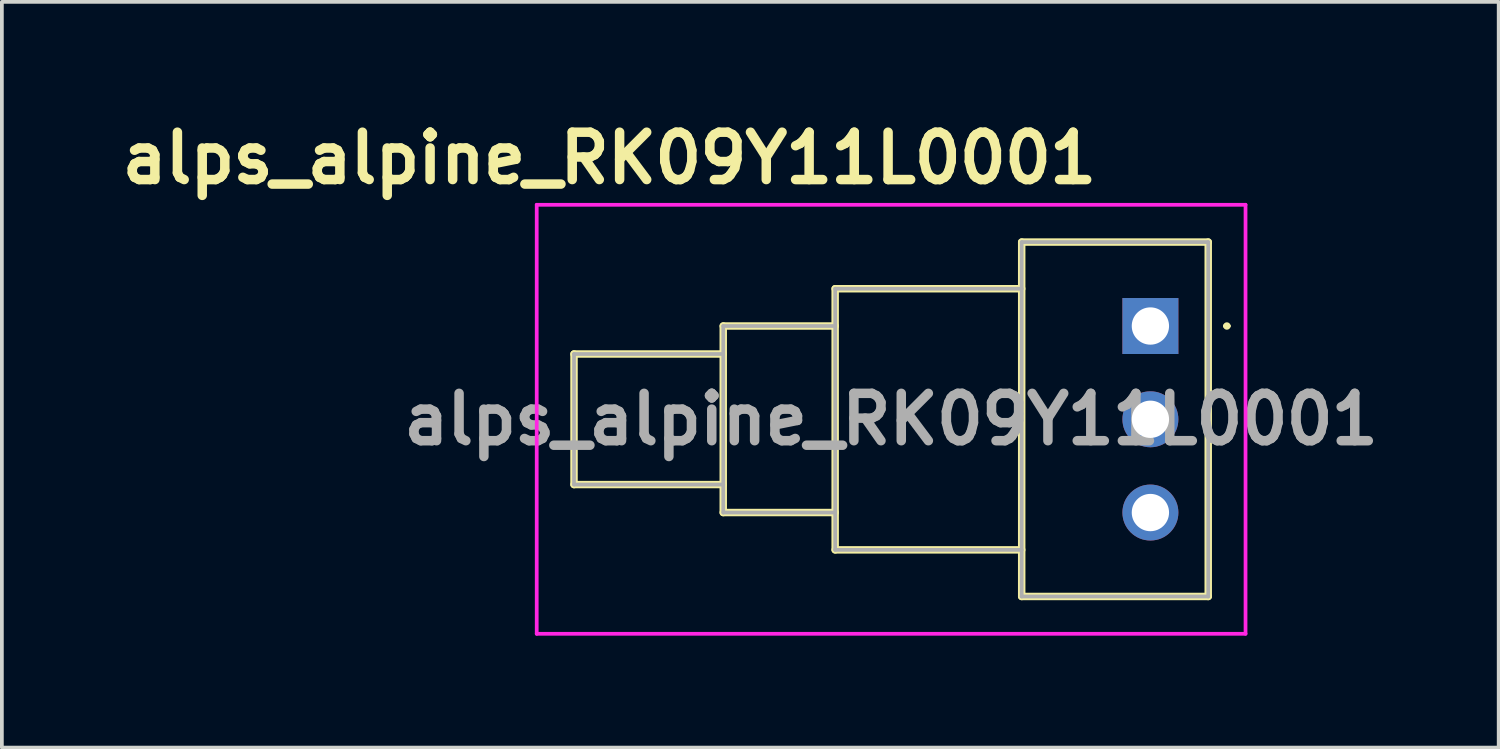
<source format=kicad_pcb>
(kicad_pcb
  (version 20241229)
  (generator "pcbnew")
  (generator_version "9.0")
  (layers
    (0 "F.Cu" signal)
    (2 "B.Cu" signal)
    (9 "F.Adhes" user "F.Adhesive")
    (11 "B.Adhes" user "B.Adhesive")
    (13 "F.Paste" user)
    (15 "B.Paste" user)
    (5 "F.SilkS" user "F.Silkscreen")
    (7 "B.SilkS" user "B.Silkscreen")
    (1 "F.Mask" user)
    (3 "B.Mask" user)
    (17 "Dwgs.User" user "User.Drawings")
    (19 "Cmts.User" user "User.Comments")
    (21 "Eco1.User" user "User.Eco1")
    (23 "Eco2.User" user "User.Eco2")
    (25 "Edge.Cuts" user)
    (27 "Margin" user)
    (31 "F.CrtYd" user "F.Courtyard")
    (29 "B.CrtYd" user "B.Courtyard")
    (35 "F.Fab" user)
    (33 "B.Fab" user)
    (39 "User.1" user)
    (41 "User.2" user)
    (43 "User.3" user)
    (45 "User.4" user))
  (footprint "alps_alpine_RK09Y11L0001"
    (layer "F.Cu")
    (at 27.787 5.689)
    (property "Reference" "alps_alpine_RK09Y11L0001" (at -14.5 -4.5 0) (layer "F.SilkS") (effects (font (size 1.27 1.27) (thickness 0.254))))
    (attr through_hole)
    (fp_line (start -15.45 0.75) (end -15.45 4.25) (stroke (width 0.2) (type solid)) (layer "F.SilkS"))
    (fp_line (start -15.45 4.25) (end -11.45 4.25) (stroke (width 0.2) (type solid)) (layer "F.SilkS"))
    (fp_line (start -11.45 0) (end -11.45 5) (stroke (width 0.2) (type solid)) (layer "F.SilkS"))
    (fp_line (start -11.45 0.75) (end -15.45 0.75) (stroke (width 0.2) (type solid)) (layer "F.SilkS"))
    (fp_line (start -11.45 5) (end -8.45 5) (stroke (width 0.2) (type solid)) (layer "F.SilkS"))
    (fp_line (start -8.45 -1) (end -8.45 6) (stroke (width 0.2) (type solid)) (layer "F.SilkS"))
    (fp_line (start -8.45 0) (end -11.45 0) (stroke (width 0.2) (type solid)) (layer "F.SilkS"))
    (fp_line (start -8.45 6) (end -3.45 6) (stroke (width 0.2) (type solid)) (layer "F.SilkS"))
    (fp_line (start -3.45 -2.25) (end 1.55 -2.25) (stroke (width 0.2) (type solid)) (layer "F.SilkS"))
    (fp_line (start -3.45 -1) (end -8.45 -1) (stroke (width 0.2) (type solid)) (layer "F.SilkS"))
    (fp_line (start -3.45 7.25) (end -3.45 -2.25) (stroke (width 0.2) (type solid)) (layer "F.SilkS"))
    (fp_line (start 1.55 -2.25) (end 1.55 7.25) (stroke (width 0.2) (type solid)) (layer "F.SilkS"))
    (fp_line (start 1.55 7.25) (end -3.45 7.25) (stroke (width 0.2) (type solid)) (layer "F.SilkS"))
    (fp_line (start 2 0) (end 2 0) (stroke (width 0.1) (type solid)) (layer "F.SilkS"))
    (fp_line (start 2.1 0) (end 2.1 0) (stroke (width 0.1) (type solid)) (layer "F.SilkS"))
    (fp_arc (start 2 0) (mid 2.05 -0.05) (end 2.1 0) (stroke (width 0.1) (type solid)) (layer "F.SilkS"))
    (fp_arc (start 2.1 0) (mid 2.05 0.05) (end 2 0) (stroke (width 0.1) (type solid)) (layer "F.SilkS"))
    (fp_line (start -16.45 -3.25) (end 2.55 -3.25) (stroke (width 0.1) (type solid)) (layer "F.CrtYd"))
    (fp_line (start -16.45 8.25) (end -16.45 -3.25) (stroke (width 0.1) (type solid)) (layer "F.CrtYd"))
    (fp_line (start 2.55 -3.25) (end 2.55 8.25) (stroke (width 0.1) (type solid)) (layer "F.CrtYd"))
    (fp_line (start 2.55 8.25) (end -16.45 8.25) (stroke (width 0.1) (type solid)) (layer "F.CrtYd"))
    (fp_line (start -15.45 0.75) (end -15.45 4.25) (stroke (width 0.1) (type solid)) (layer "F.Fab"))
    (fp_line (start -15.45 4.25) (end -11.45 4.25) (stroke (width 0.1) (type solid)) (layer "F.Fab"))
    (fp_line (start -11.45 0) (end -11.45 5) (stroke (width 0.1) (type solid)) (layer "F.Fab"))
    (fp_line (start -11.45 0.75) (end -15.45 0.75) (stroke (width 0.1) (type solid)) (layer "F.Fab"))
    (fp_line (start -11.45 5) (end -8.45 5) (stroke (width 0.1) (type solid)) (layer "F.Fab"))
    (fp_line (start -8.45 -1) (end -8.45 6) (stroke (width 0.1) (type solid)) (layer "F.Fab"))
    (fp_line (start -8.45 0) (end -11.45 0) (stroke (width 0.1) (type solid)) (layer "F.Fab"))
    (fp_line (start -8.45 6) (end -3.45 6) (stroke (width 0.1) (type solid)) (layer "F.Fab"))
    (fp_line (start -3.45 -2.25) (end 1.55 -2.25) (stroke (width 0.1) (type solid)) (layer "F.Fab"))
    (fp_line (start -3.45 -1) (end -8.45 -1) (stroke (width 0.1) (type solid)) (layer "F.Fab"))
    (fp_line (start -3.45 7.25) (end -3.45 -2.25) (stroke (width 0.1) (type solid)) (layer "F.Fab"))
    (fp_line (start 1.55 -2.25) (end 1.55 7.25) (stroke (width 0.1) (type solid)) (layer "F.Fab"))
    (fp_line (start 1.55 7.25) (end -3.45 7.25) (stroke (width 0.1) (type solid)) (layer "F.Fab"))
    (fp_text user "${REFERENCE}" (at -6.95 2.5 0) (layer "F.Fab") (effects (font (size 1.27 1.27) (thickness 0.254))))
    (pad "1" thru_hole rect (at 0 0) (size 1.5 1.5) (drill 1) (layers "*.Cu" "*.Mask"))
    (pad "2" thru_hole circle (at 0 2.5) (size 1.5 1.5) (drill 1) (layers "*.Cu" "*.Mask"))
    (pad "3" thru_hole circle (at 0 5) (size 1.5 1.5) (drill 1) (layers "*.Cu" "*.Mask")))
  (gr_rect
    (start -3 -3)
    (end 37.123 16.989)
    (stroke (width 0.1) (type default))
    (fill no)
    (layer "Edge.Cuts")))
</source>
